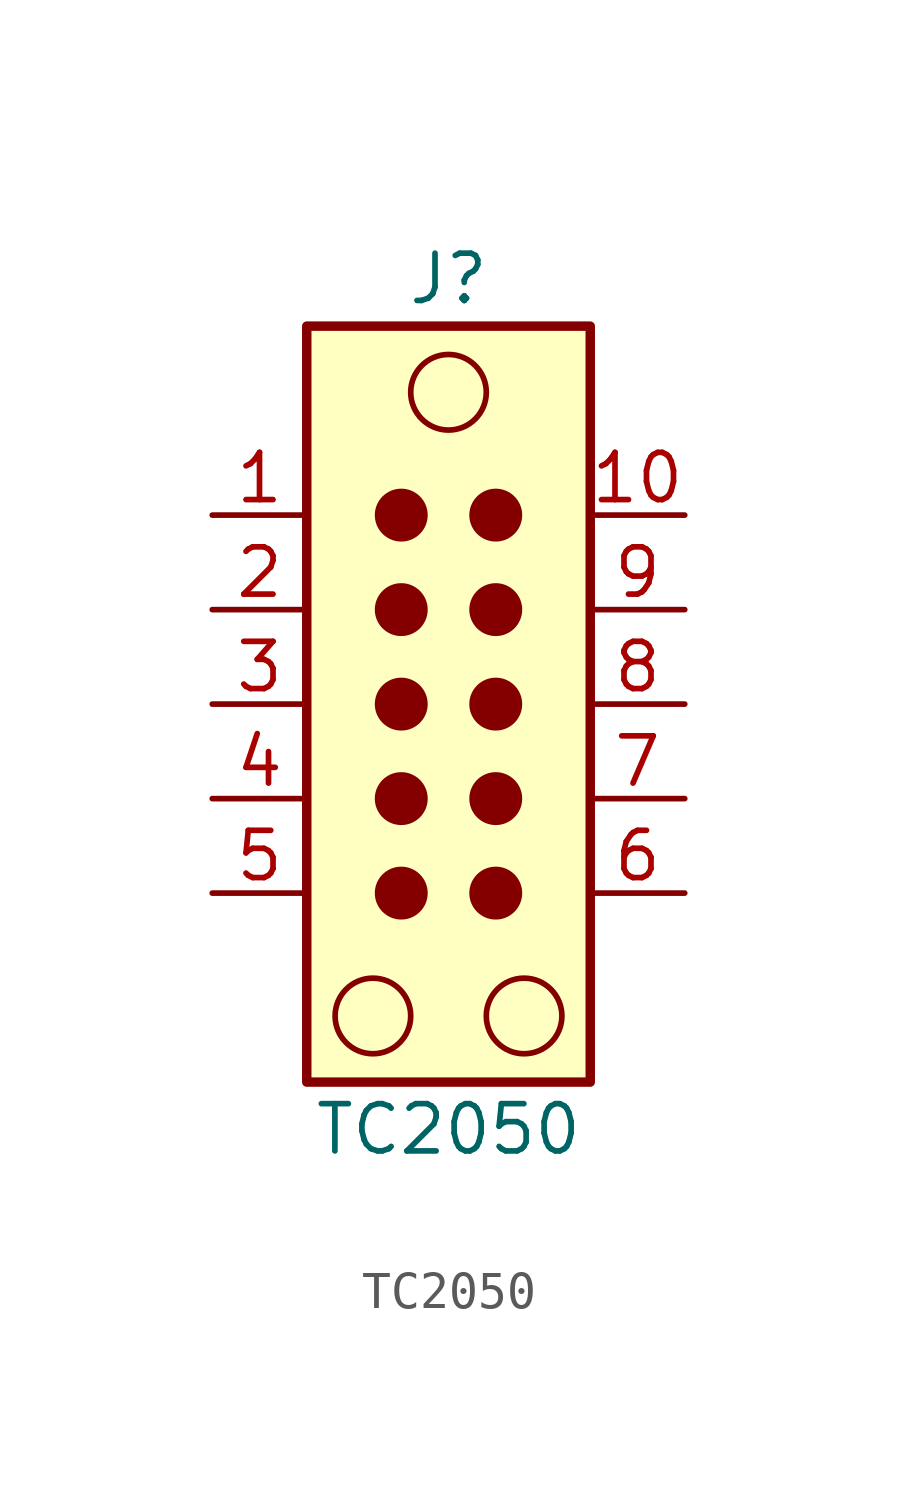
<source format=kicad_sym>
(kicad_symbol_lib
  (version 20241209)
  (generator "kicad_symbol_editor")
  (generator_version "9.0")
  (symbol "TC2050"
    (property "Reference" "J"
      (at 1.27 11.43 0)
      (effects (font (size 1.27 1.27))))
    (property "Value" "TC2050"
      (at 1.27 -11.43 0)
      (effects (font (size 1.27 1.27))))
    (symbol "TC2050_1_1"
      (rectangle (start -2.54 10.16) (end 5.08 -10.16) (stroke (width 0.254) (type default)) (fill (type background)))
      (circle (center -0.762 -8.382) (radius 1.016) (stroke (width 0) (type default)) (fill (type none)))
      (circle (center 0 5.08) (radius 0.635) (stroke (width 0) (type default)) (fill (type outline)))
      (circle (center 0 2.54) (radius 0.635) (stroke (width 0) (type default)) (fill (type outline)))
      (circle (center 0 0) (radius 0.635) (stroke (width 0) (type default)) (fill (type outline)))
      (circle (center 0 -2.54) (radius 0.635) (stroke (width 0) (type default)) (fill (type outline)))
      (circle (center 0 -5.08) (radius 0.635) (stroke (width 0) (type default)) (fill (type outline)))
      (circle (center 1.27 8.382) (radius 1.016) (stroke (width 0) (type default)) (fill (type none)))
      (circle (center 2.54 5.08) (radius 0.635) (stroke (width 0) (type default)) (fill (type outline)))
      (circle (center 2.54 2.54) (radius 0.635) (stroke (width 0) (type default)) (fill (type outline)))
      (circle (center 2.54 0) (radius 0.635) (stroke (width 0) (type default)) (fill (type outline)))
      (circle (center 2.54 -2.54) (radius 0.635) (stroke (width 0) (type default)) (fill (type outline)))
      (circle (center 2.54 -5.08) (radius 0.635) (stroke (width 0) (type default)) (fill (type outline)))
      (circle (center 3.302 -8.382) (radius 1.016) (stroke (width 0) (type default)) (fill (type none)))
      (pin passive line (at -5.08 5.08 0) (length 2.54) (name "~" (effects (font (size 1.27 1.27)))) (number "1" (effects (font (size 1.27 1.27)))))
      (pin passive line (at -5.08 2.54 0) (length 2.54) (name "~" (effects (font (size 1.27 1.27)))) (number "2" (effects (font (size 1.27 1.27)))))
      (pin passive line (at -5.08 0 0) (length 2.54) (name "~" (effects (font (size 1.27 1.27)))) (number "3" (effects (font (size 1.27 1.27)))))
      (pin passive line (at -5.08 -2.54 0) (length 2.54) (name "~" (effects (font (size 1.27 1.27)))) (number "4" (effects (font (size 1.27 1.27)))))
      (pin passive line (at -5.08 -5.08 0) (length 2.54) (name "~" (effects (font (size 1.27 1.27)))) (number "5" (effects (font (size 1.27 1.27)))))
      (pin passive line (at 7.62 5.08 180) (length 2.54) (name "~" (effects (font (size 1.27 1.27)))) (number "10" (effects (font (size 1.27 1.27)))))
      (pin passive line (at 7.62 2.54 180) (length 2.54) (name "~" (effects (font (size 1.27 1.27)))) (number "9" (effects (font (size 1.27 1.27)))))
      (pin passive line (at 7.62 0 180) (length 2.54) (name "~" (effects (font (size 1.27 1.27)))) (number "8" (effects (font (size 1.27 1.27)))))
      (pin passive line (at 7.62 -2.54 180) (length 2.54) (name "~" (effects (font (size 1.27 1.27)))) (number "7" (effects (font (size 1.27 1.27)))))
      (pin passive line (at 7.62 -5.08 180) (length 2.54) (name "~" (effects (font (size 1.27 1.27)))) (number "6" (effects (font (size 1.27 1.27))))))))
</source>
